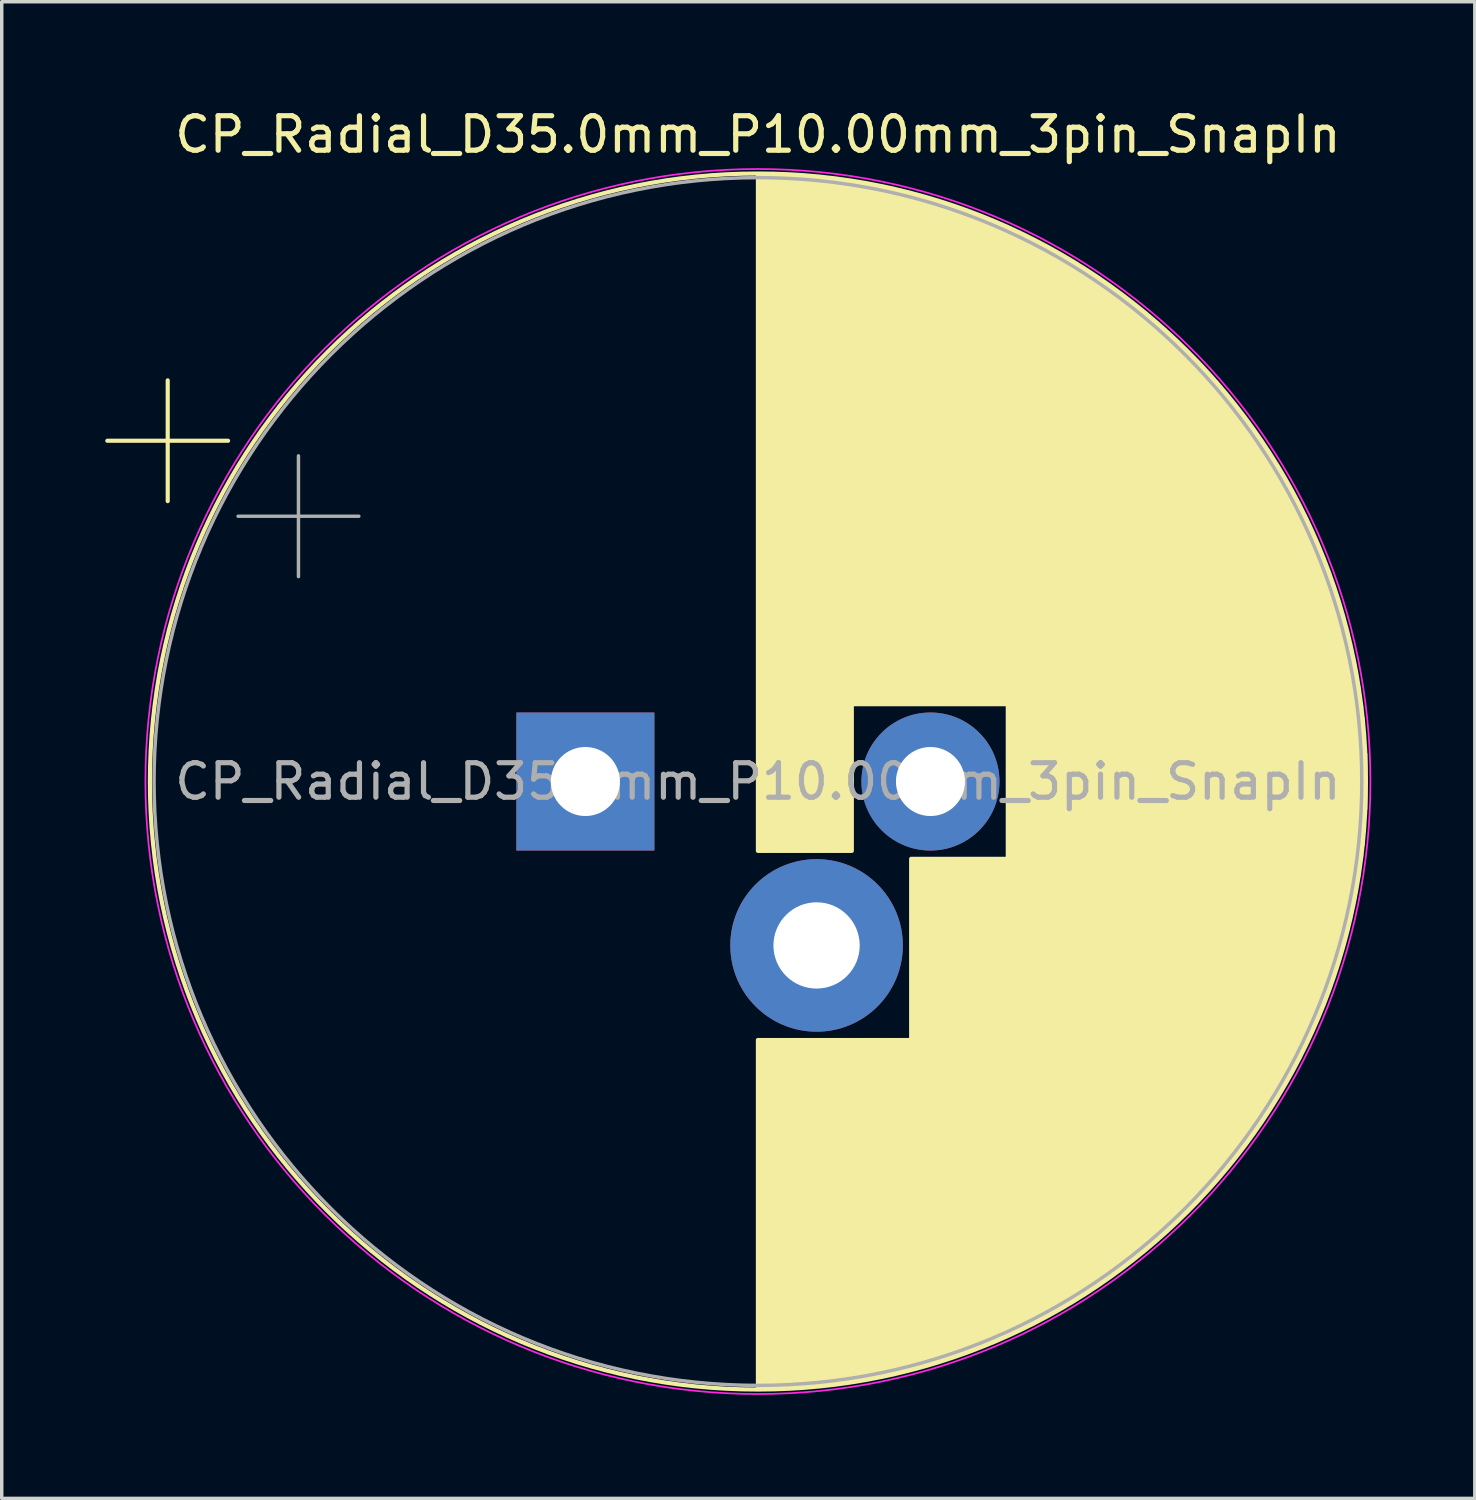
<source format=kicad_pcb>
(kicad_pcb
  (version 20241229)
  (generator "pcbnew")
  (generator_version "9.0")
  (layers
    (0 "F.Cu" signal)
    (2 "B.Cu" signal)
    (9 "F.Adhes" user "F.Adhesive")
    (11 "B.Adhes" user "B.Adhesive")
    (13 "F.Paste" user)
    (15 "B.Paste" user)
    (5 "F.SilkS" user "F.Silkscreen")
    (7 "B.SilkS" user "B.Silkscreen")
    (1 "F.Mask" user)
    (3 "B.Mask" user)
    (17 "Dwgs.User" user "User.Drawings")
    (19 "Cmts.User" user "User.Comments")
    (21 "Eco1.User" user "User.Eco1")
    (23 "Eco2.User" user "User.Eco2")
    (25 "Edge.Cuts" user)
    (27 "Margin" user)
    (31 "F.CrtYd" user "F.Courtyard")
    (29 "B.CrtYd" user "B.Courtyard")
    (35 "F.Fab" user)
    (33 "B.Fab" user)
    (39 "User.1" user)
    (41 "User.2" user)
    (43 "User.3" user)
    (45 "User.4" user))
  (footprint "CP_Radial_D35.0mm_P10.00mm_3pin_SnapIn"
    (layer "F.Cu")
    (at 13.914 19.598)
    (property "Reference" "CP_Radial_D35.0mm_P10.00mm_3pin_SnapIn" (at 5 -18.75 0) (layer "F.SilkS") (effects (font (size 1 1) (thickness 0.15))))
    (attr through_hole)
    (fp_line (start -13.854 -9.875) (end -10.354 -9.875) (stroke (width 0.12) (type solid)) (layer "F.SilkS"))
    (fp_line (start -12.104 -11.625) (end -12.104 -8.125) (stroke (width 0.12) (type solid)) (layer "F.SilkS"))
    (fp_line (start 5 -17.58) (end 5 2.01) (stroke (width 0.12) (type solid)) (layer "F.SilkS"))
    (fp_line (start 5 7.49) (end 5 17.58) (stroke (width 0.12) (type solid)) (layer "F.SilkS"))
    (fp_line (start 5.04 -17.58) (end 5.04 2.01) (stroke (width 0.12) (type solid)) (layer "F.SilkS"))
    (fp_line (start 5.04 7.49) (end 5.04 17.58) (stroke (width 0.12) (type solid)) (layer "F.SilkS"))
    (fp_line (start 5.08 -17.58) (end 5.08 2.01) (stroke (width 0.12) (type solid)) (layer "F.SilkS"))
    (fp_line (start 5.08 7.49) (end 5.08 17.58) (stroke (width 0.12) (type solid)) (layer "F.SilkS"))
    (fp_line (start 5.12 -17.58) (end 5.12 2.01) (stroke (width 0.12) (type solid)) (layer "F.SilkS"))
    (fp_line (start 5.12 7.49) (end 5.12 17.58) (stroke (width 0.12) (type solid)) (layer "F.SilkS"))
    (fp_line (start 5.16 -17.58) (end 5.16 2.01) (stroke (width 0.12) (type solid)) (layer "F.SilkS"))
    (fp_line (start 5.16 7.49) (end 5.16 17.58) (stroke (width 0.12) (type solid)) (layer "F.SilkS"))
    (fp_line (start 5.2 -17.579) (end 5.2 2.01) (stroke (width 0.12) (type solid)) (layer "F.SilkS"))
    (fp_line (start 5.2 7.49) (end 5.2 17.579) (stroke (width 0.12) (type solid)) (layer "F.SilkS"))
    (fp_line (start 5.24 -17.579) (end 5.24 2.01) (stroke (width 0.12) (type solid)) (layer "F.SilkS"))
    (fp_line (start 5.24 7.49) (end 5.24 17.579) (stroke (width 0.12) (type solid)) (layer "F.SilkS"))
    (fp_line (start 5.28 -17.578) (end 5.28 2.01) (stroke (width 0.12) (type solid)) (layer "F.SilkS"))
    (fp_line (start 5.28 7.49) (end 5.28 17.578) (stroke (width 0.12) (type solid)) (layer "F.SilkS"))
    (fp_line (start 5.32 -17.578) (end 5.32 2.01) (stroke (width 0.12) (type solid)) (layer "F.SilkS"))
    (fp_line (start 5.32 7.49) (end 5.32 17.578) (stroke (width 0.12) (type solid)) (layer "F.SilkS"))
    (fp_line (start 5.36 -17.577) (end 5.36 2.01) (stroke (width 0.12) (type solid)) (layer "F.SilkS"))
    (fp_line (start 5.36 7.49) (end 5.36 17.577) (stroke (width 0.12) (type solid)) (layer "F.SilkS"))
    (fp_line (start 5.4 -17.576) (end 5.4 2.01) (stroke (width 0.12) (type solid)) (layer "F.SilkS"))
    (fp_line (start 5.4 7.49) (end 5.4 17.576) (stroke (width 0.12) (type solid)) (layer "F.SilkS"))
    (fp_line (start 5.44 -17.575) (end 5.44 2.01) (stroke (width 0.12) (type solid)) (layer "F.SilkS"))
    (fp_line (start 5.44 7.49) (end 5.44 17.575) (stroke (width 0.12) (type solid)) (layer "F.SilkS"))
    (fp_line (start 5.48 -17.574) (end 5.48 2.01) (stroke (width 0.12) (type solid)) (layer "F.SilkS"))
    (fp_line (start 5.48 7.49) (end 5.48 17.574) (stroke (width 0.12) (type solid)) (layer "F.SilkS"))
    (fp_line (start 5.52 -17.573) (end 5.52 2.01) (stroke (width 0.12) (type solid)) (layer "F.SilkS"))
    (fp_line (start 5.52 7.49) (end 5.52 17.573) (stroke (width 0.12) (type solid)) (layer "F.SilkS"))
    (fp_line (start 5.56 -17.572) (end 5.56 2.01) (stroke (width 0.12) (type solid)) (layer "F.SilkS"))
    (fp_line (start 5.56 7.49) (end 5.56 17.572) (stroke (width 0.12) (type solid)) (layer "F.SilkS"))
    (fp_line (start 5.6 -17.57) (end 5.6 2.01) (stroke (width 0.12) (type solid)) (layer "F.SilkS"))
    (fp_line (start 5.6 7.49) (end 5.6 17.57) (stroke (width 0.12) (type solid)) (layer "F.SilkS"))
    (fp_line (start 5.64 -17.569) (end 5.64 2.01) (stroke (width 0.12) (type solid)) (layer "F.SilkS"))
    (fp_line (start 5.64 7.49) (end 5.64 17.569) (stroke (width 0.12) (type solid)) (layer "F.SilkS"))
    (fp_line (start 5.68 -17.567) (end 5.68 2.01) (stroke (width 0.12) (type solid)) (layer "F.SilkS"))
    (fp_line (start 5.68 7.49) (end 5.68 17.567) (stroke (width 0.12) (type solid)) (layer "F.SilkS"))
    (fp_line (start 5.721 -17.566) (end 5.721 2.01) (stroke (width 0.12) (type solid)) (layer "F.SilkS"))
    (fp_line (start 5.721 7.49) (end 5.721 17.566) (stroke (width 0.12) (type solid)) (layer "F.SilkS"))
    (fp_line (start 5.761 -17.564) (end 5.761 2.01) (stroke (width 0.12) (type solid)) (layer "F.SilkS"))
    (fp_line (start 5.761 7.49) (end 5.761 17.564) (stroke (width 0.12) (type solid)) (layer "F.SilkS"))
    (fp_line (start 5.801 -17.562) (end 5.801 2.01) (stroke (width 0.12) (type solid)) (layer "F.SilkS"))
    (fp_line (start 5.801 7.49) (end 5.801 17.562) (stroke (width 0.12) (type solid)) (layer "F.SilkS"))
    (fp_line (start 5.841 -17.56) (end 5.841 2.01) (stroke (width 0.12) (type solid)) (layer "F.SilkS"))
    (fp_line (start 5.841 7.49) (end 5.841 17.56) (stroke (width 0.12) (type solid)) (layer "F.SilkS"))
    (fp_line (start 5.881 -17.559) (end 5.881 2.01) (stroke (width 0.12) (type solid)) (layer "F.SilkS"))
    (fp_line (start 5.881 7.49) (end 5.881 17.559) (stroke (width 0.12) (type solid)) (layer "F.SilkS"))
    (fp_line (start 5.921 -17.556) (end 5.921 2.01) (stroke (width 0.12) (type solid)) (layer "F.SilkS"))
    (fp_line (start 5.921 7.49) (end 5.921 17.556) (stroke (width 0.12) (type solid)) (layer "F.SilkS"))
    (fp_line (start 5.961 -17.554) (end 5.961 2.01) (stroke (width 0.12) (type solid)) (layer "F.SilkS"))
    (fp_line (start 5.961 7.49) (end 5.961 17.554) (stroke (width 0.12) (type solid)) (layer "F.SilkS"))
    (fp_line (start 6.001 -17.552) (end 6.001 2.01) (stroke (width 0.12) (type solid)) (layer "F.SilkS"))
    (fp_line (start 6.001 7.49) (end 6.001 17.552) (stroke (width 0.12) (type solid)) (layer "F.SilkS"))
    (fp_line (start 6.041 -17.55) (end 6.041 2.01) (stroke (width 0.12) (type solid)) (layer "F.SilkS"))
    (fp_line (start 6.041 7.49) (end 6.041 17.55) (stroke (width 0.12) (type solid)) (layer "F.SilkS"))
    (fp_line (start 6.081 -17.547) (end 6.081 2.01) (stroke (width 0.12) (type solid)) (layer "F.SilkS"))
    (fp_line (start 6.081 7.49) (end 6.081 17.547) (stroke (width 0.12) (type solid)) (layer "F.SilkS"))
    (fp_line (start 6.121 -17.545) (end 6.121 2.01) (stroke (width 0.12) (type solid)) (layer "F.SilkS"))
    (fp_line (start 6.121 7.49) (end 6.121 17.545) (stroke (width 0.12) (type solid)) (layer "F.SilkS"))
    (fp_line (start 6.161 -17.542) (end 6.161 2.01) (stroke (width 0.12) (type solid)) (layer "F.SilkS"))
    (fp_line (start 6.161 7.49) (end 6.161 17.542) (stroke (width 0.12) (type solid)) (layer "F.SilkS"))
    (fp_line (start 6.201 -17.54) (end 6.201 2.01) (stroke (width 0.12) (type solid)) (layer "F.SilkS"))
    (fp_line (start 6.201 7.49) (end 6.201 17.54) (stroke (width 0.12) (type solid)) (layer "F.SilkS"))
    (fp_line (start 6.241 -17.537) (end 6.241 2.01) (stroke (width 0.12) (type solid)) (layer "F.SilkS"))
    (fp_line (start 6.241 7.49) (end 6.241 17.537) (stroke (width 0.12) (type solid)) (layer "F.SilkS"))
    (fp_line (start 6.281 -17.534) (end 6.281 2.01) (stroke (width 0.12) (type solid)) (layer "F.SilkS"))
    (fp_line (start 6.281 7.49) (end 6.281 17.534) (stroke (width 0.12) (type solid)) (layer "F.SilkS"))
    (fp_line (start 6.321 -17.531) (end 6.321 2.01) (stroke (width 0.12) (type solid)) (layer "F.SilkS"))
    (fp_line (start 6.321 7.49) (end 6.321 17.531) (stroke (width 0.12) (type solid)) (layer "F.SilkS"))
    (fp_line (start 6.361 -17.528) (end 6.361 2.01) (stroke (width 0.12) (type solid)) (layer "F.SilkS"))
    (fp_line (start 6.361 7.49) (end 6.361 17.528) (stroke (width 0.12) (type solid)) (layer "F.SilkS"))
    (fp_line (start 6.401 -17.525) (end 6.401 2.01) (stroke (width 0.12) (type solid)) (layer "F.SilkS"))
    (fp_line (start 6.401 7.49) (end 6.401 17.525) (stroke (width 0.12) (type solid)) (layer "F.SilkS"))
    (fp_line (start 6.441 -17.522) (end 6.441 2.01) (stroke (width 0.12) (type solid)) (layer "F.SilkS"))
    (fp_line (start 6.441 7.49) (end 6.441 17.522) (stroke (width 0.12) (type solid)) (layer "F.SilkS"))
    (fp_line (start 6.481 -17.518) (end 6.481 2.01) (stroke (width 0.12) (type solid)) (layer "F.SilkS"))
    (fp_line (start 6.481 7.49) (end 6.481 17.518) (stroke (width 0.12) (type solid)) (layer "F.SilkS"))
    (fp_line (start 6.521 -17.515) (end 6.521 2.01) (stroke (width 0.12) (type solid)) (layer "F.SilkS"))
    (fp_line (start 6.521 7.49) (end 6.521 17.515) (stroke (width 0.12) (type solid)) (layer "F.SilkS"))
    (fp_line (start 6.561 -17.511) (end 6.561 2.01) (stroke (width 0.12) (type solid)) (layer "F.SilkS"))
    (fp_line (start 6.561 7.49) (end 6.561 17.511) (stroke (width 0.12) (type solid)) (layer "F.SilkS"))
    (fp_line (start 6.601 -17.508) (end 6.601 2.01) (stroke (width 0.12) (type solid)) (layer "F.SilkS"))
    (fp_line (start 6.601 7.49) (end 6.601 17.508) (stroke (width 0.12) (type solid)) (layer "F.SilkS"))
    (fp_line (start 6.641 -17.504) (end 6.641 2.01) (stroke (width 0.12) (type solid)) (layer "F.SilkS"))
    (fp_line (start 6.641 7.49) (end 6.641 17.504) (stroke (width 0.12) (type solid)) (layer "F.SilkS"))
    (fp_line (start 6.681 -17.5) (end 6.681 2.01) (stroke (width 0.12) (type solid)) (layer "F.SilkS"))
    (fp_line (start 6.681 7.49) (end 6.681 17.5) (stroke (width 0.12) (type solid)) (layer "F.SilkS"))
    (fp_line (start 6.721 -17.496) (end 6.721 2.01) (stroke (width 0.12) (type solid)) (layer "F.SilkS"))
    (fp_line (start 6.721 7.49) (end 6.721 17.496) (stroke (width 0.12) (type solid)) (layer "F.SilkS"))
    (fp_line (start 6.761 -17.492) (end 6.761 2.01) (stroke (width 0.12) (type solid)) (layer "F.SilkS"))
    (fp_line (start 6.761 7.49) (end 6.761 17.492) (stroke (width 0.12) (type solid)) (layer "F.SilkS"))
    (fp_line (start 6.801 -17.488) (end 6.801 2.01) (stroke (width 0.12) (type solid)) (layer "F.SilkS"))
    (fp_line (start 6.801 7.49) (end 6.801 17.488) (stroke (width 0.12) (type solid)) (layer "F.SilkS"))
    (fp_line (start 6.841 -17.484) (end 6.841 2.01) (stroke (width 0.12) (type solid)) (layer "F.SilkS"))
    (fp_line (start 6.841 7.49) (end 6.841 17.484) (stroke (width 0.12) (type solid)) (layer "F.SilkS"))
    (fp_line (start 6.881 -17.48) (end 6.881 2.01) (stroke (width 0.12) (type solid)) (layer "F.SilkS"))
    (fp_line (start 6.881 7.49) (end 6.881 17.48) (stroke (width 0.12) (type solid)) (layer "F.SilkS"))
    (fp_line (start 6.921 -17.476) (end 6.921 2.01) (stroke (width 0.12) (type solid)) (layer "F.SilkS"))
    (fp_line (start 6.921 7.49) (end 6.921 17.476) (stroke (width 0.12) (type solid)) (layer "F.SilkS"))
    (fp_line (start 6.961 -17.471) (end 6.961 2.01) (stroke (width 0.12) (type solid)) (layer "F.SilkS"))
    (fp_line (start 6.961 7.49) (end 6.961 17.471) (stroke (width 0.12) (type solid)) (layer "F.SilkS"))
    (fp_line (start 7.001 -17.467) (end 7.001 2.01) (stroke (width 0.12) (type solid)) (layer "F.SilkS"))
    (fp_line (start 7.001 7.49) (end 7.001 17.467) (stroke (width 0.12) (type solid)) (layer "F.SilkS"))
    (fp_line (start 7.041 -17.462) (end 7.041 2.01) (stroke (width 0.12) (type solid)) (layer "F.SilkS"))
    (fp_line (start 7.041 7.49) (end 7.041 17.462) (stroke (width 0.12) (type solid)) (layer "F.SilkS"))
    (fp_line (start 7.081 -17.457) (end 7.081 2.01) (stroke (width 0.12) (type solid)) (layer "F.SilkS"))
    (fp_line (start 7.081 7.49) (end 7.081 17.457) (stroke (width 0.12) (type solid)) (layer "F.SilkS"))
    (fp_line (start 7.121 -17.452) (end 7.121 2.01) (stroke (width 0.12) (type solid)) (layer "F.SilkS"))
    (fp_line (start 7.121 7.49) (end 7.121 17.452) (stroke (width 0.12) (type solid)) (layer "F.SilkS"))
    (fp_line (start 7.161 -17.448) (end 7.161 2.01) (stroke (width 0.12) (type solid)) (layer "F.SilkS"))
    (fp_line (start 7.161 7.49) (end 7.161 17.448) (stroke (width 0.12) (type solid)) (layer "F.SilkS"))
    (fp_line (start 7.201 -17.443) (end 7.201 2.01) (stroke (width 0.12) (type solid)) (layer "F.SilkS"))
    (fp_line (start 7.201 7.49) (end 7.201 17.443) (stroke (width 0.12) (type solid)) (layer "F.SilkS"))
    (fp_line (start 7.241 -17.438) (end 7.241 2.01) (stroke (width 0.12) (type solid)) (layer "F.SilkS"))
    (fp_line (start 7.241 7.49) (end 7.241 17.438) (stroke (width 0.12) (type solid)) (layer "F.SilkS"))
    (fp_line (start 7.281 -17.432) (end 7.281 2.01) (stroke (width 0.12) (type solid)) (layer "F.SilkS"))
    (fp_line (start 7.281 7.49) (end 7.281 17.432) (stroke (width 0.12) (type solid)) (layer "F.SilkS"))
    (fp_line (start 7.321 -17.427) (end 7.321 2.01) (stroke (width 0.12) (type solid)) (layer "F.SilkS"))
    (fp_line (start 7.321 7.49) (end 7.321 17.427) (stroke (width 0.12) (type solid)) (layer "F.SilkS"))
    (fp_line (start 7.361 -17.422) (end 7.361 2.01) (stroke (width 0.12) (type solid)) (layer "F.SilkS"))
    (fp_line (start 7.361 7.49) (end 7.361 17.422) (stroke (width 0.12) (type solid)) (layer "F.SilkS"))
    (fp_line (start 7.401 -17.416) (end 7.401 2.01) (stroke (width 0.12) (type solid)) (layer "F.SilkS"))
    (fp_line (start 7.401 7.49) (end 7.401 17.416) (stroke (width 0.12) (type solid)) (layer "F.SilkS"))
    (fp_line (start 7.441 -17.411) (end 7.441 2.01) (stroke (width 0.12) (type solid)) (layer "F.SilkS"))
    (fp_line (start 7.441 7.49) (end 7.441 17.411) (stroke (width 0.12) (type solid)) (layer "F.SilkS"))
    (fp_line (start 7.481 -17.405) (end 7.481 2.01) (stroke (width 0.12) (type solid)) (layer "F.SilkS"))
    (fp_line (start 7.481 7.49) (end 7.481 17.405) (stroke (width 0.12) (type solid)) (layer "F.SilkS"))
    (fp_line (start 7.521 -17.399) (end 7.521 2.01) (stroke (width 0.12) (type solid)) (layer "F.SilkS"))
    (fp_line (start 7.521 7.49) (end 7.521 17.399) (stroke (width 0.12) (type solid)) (layer "F.SilkS"))
    (fp_line (start 7.561 -17.394) (end 7.561 2.01) (stroke (width 0.12) (type solid)) (layer "F.SilkS"))
    (fp_line (start 7.561 7.49) (end 7.561 17.394) (stroke (width 0.12) (type solid)) (layer "F.SilkS"))
    (fp_line (start 7.601 -17.388) (end 7.601 2.01) (stroke (width 0.12) (type solid)) (layer "F.SilkS"))
    (fp_line (start 7.601 7.49) (end 7.601 17.388) (stroke (width 0.12) (type solid)) (layer "F.SilkS"))
    (fp_line (start 7.641 -17.382) (end 7.641 2.01) (stroke (width 0.12) (type solid)) (layer "F.SilkS"))
    (fp_line (start 7.641 7.49) (end 7.641 17.382) (stroke (width 0.12) (type solid)) (layer "F.SilkS"))
    (fp_line (start 7.681 -17.375) (end 7.681 2.01) (stroke (width 0.12) (type solid)) (layer "F.SilkS"))
    (fp_line (start 7.681 7.49) (end 7.681 17.375) (stroke (width 0.12) (type solid)) (layer "F.SilkS"))
    (fp_line (start 7.721 -17.369) (end 7.721 2.01) (stroke (width 0.12) (type solid)) (layer "F.SilkS"))
    (fp_line (start 7.721 7.49) (end 7.721 17.369) (stroke (width 0.12) (type solid)) (layer "F.SilkS"))
    (fp_line (start 7.761 -17.363) (end 7.761 -2.24) (stroke (width 0.12) (type solid)) (layer "F.SilkS"))
    (fp_line (start 7.761 7.49) (end 7.761 17.363) (stroke (width 0.12) (type solid)) (layer "F.SilkS"))
    (fp_line (start 7.801 -17.357) (end 7.801 -2.24) (stroke (width 0.12) (type solid)) (layer "F.SilkS"))
    (fp_line (start 7.801 7.49) (end 7.801 17.357) (stroke (width 0.12) (type solid)) (layer "F.SilkS"))
    (fp_line (start 7.841 -17.35) (end 7.841 -2.24) (stroke (width 0.12) (type solid)) (layer "F.SilkS"))
    (fp_line (start 7.841 7.49) (end 7.841 17.35) (stroke (width 0.12) (type solid)) (layer "F.SilkS"))
    (fp_line (start 7.881 -17.344) (end 7.881 -2.24) (stroke (width 0.12) (type solid)) (layer "F.SilkS"))
    (fp_line (start 7.881 7.49) (end 7.881 17.344) (stroke (width 0.12) (type solid)) (layer "F.SilkS"))
    (fp_line (start 7.921 -17.337) (end 7.921 -2.24) (stroke (width 0.12) (type solid)) (layer "F.SilkS"))
    (fp_line (start 7.921 7.49) (end 7.921 17.337) (stroke (width 0.12) (type solid)) (layer "F.SilkS"))
    (fp_line (start 7.961 -17.33) (end 7.961 -2.24) (stroke (width 0.12) (type solid)) (layer "F.SilkS"))
    (fp_line (start 7.961 7.49) (end 7.961 17.33) (stroke (width 0.12) (type solid)) (layer "F.SilkS"))
    (fp_line (start 8.001 -17.323) (end 8.001 -2.24) (stroke (width 0.12) (type solid)) (layer "F.SilkS"))
    (fp_line (start 8.001 7.49) (end 8.001 17.323) (stroke (width 0.12) (type solid)) (layer "F.SilkS"))
    (fp_line (start 8.041 -17.316) (end 8.041 -2.24) (stroke (width 0.12) (type solid)) (layer "F.SilkS"))
    (fp_line (start 8.041 7.49) (end 8.041 17.316) (stroke (width 0.12) (type solid)) (layer "F.SilkS"))
    (fp_line (start 8.081 -17.309) (end 8.081 -2.24) (stroke (width 0.12) (type solid)) (layer "F.SilkS"))
    (fp_line (start 8.081 7.49) (end 8.081 17.309) (stroke (width 0.12) (type solid)) (layer "F.SilkS"))
    (fp_line (start 8.121 -17.302) (end 8.121 -2.24) (stroke (width 0.12) (type solid)) (layer "F.SilkS"))
    (fp_line (start 8.121 7.49) (end 8.121 17.302) (stroke (width 0.12) (type solid)) (layer "F.SilkS"))
    (fp_line (start 8.161 -17.295) (end 8.161 -2.24) (stroke (width 0.12) (type solid)) (layer "F.SilkS"))
    (fp_line (start 8.161 7.49) (end 8.161 17.295) (stroke (width 0.12) (type solid)) (layer "F.SilkS"))
    (fp_line (start 8.201 -17.287) (end 8.201 -2.24) (stroke (width 0.12) (type solid)) (layer "F.SilkS"))
    (fp_line (start 8.201 7.49) (end 8.201 17.287) (stroke (width 0.12) (type solid)) (layer "F.SilkS"))
    (fp_line (start 8.241 -17.28) (end 8.241 -2.24) (stroke (width 0.12) (type solid)) (layer "F.SilkS"))
    (fp_line (start 8.241 7.49) (end 8.241 17.28) (stroke (width 0.12) (type solid)) (layer "F.SilkS"))
    (fp_line (start 8.281 -17.273) (end 8.281 -2.24) (stroke (width 0.12) (type solid)) (layer "F.SilkS"))
    (fp_line (start 8.281 7.49) (end 8.281 17.273) (stroke (width 0.12) (type solid)) (layer "F.SilkS"))
    (fp_line (start 8.321 -17.265) (end 8.321 -2.24) (stroke (width 0.12) (type solid)) (layer "F.SilkS"))
    (fp_line (start 8.321 7.49) (end 8.321 17.265) (stroke (width 0.12) (type solid)) (layer "F.SilkS"))
    (fp_line (start 8.361 -17.257) (end 8.361 -2.24) (stroke (width 0.12) (type solid)) (layer "F.SilkS"))
    (fp_line (start 8.361 7.49) (end 8.361 17.257) (stroke (width 0.12) (type solid)) (layer "F.SilkS"))
    (fp_line (start 8.401 -17.249) (end 8.401 -2.24) (stroke (width 0.12) (type solid)) (layer "F.SilkS"))
    (fp_line (start 8.401 7.49) (end 8.401 17.249) (stroke (width 0.12) (type solid)) (layer "F.SilkS"))
    (fp_line (start 8.441 -17.241) (end 8.441 -2.24) (stroke (width 0.12) (type solid)) (layer "F.SilkS"))
    (fp_line (start 8.441 7.49) (end 8.441 17.241) (stroke (width 0.12) (type solid)) (layer "F.SilkS"))
    (fp_line (start 8.481 -17.233) (end 8.481 -2.24) (stroke (width 0.12) (type solid)) (layer "F.SilkS"))
    (fp_line (start 8.481 7.49) (end 8.481 17.233) (stroke (width 0.12) (type solid)) (layer "F.SilkS"))
    (fp_line (start 8.521 -17.225) (end 8.521 -2.24) (stroke (width 0.12) (type solid)) (layer "F.SilkS"))
    (fp_line (start 8.521 7.49) (end 8.521 17.225) (stroke (width 0.12) (type solid)) (layer "F.SilkS"))
    (fp_line (start 8.561 -17.217) (end 8.561 -2.24) (stroke (width 0.12) (type solid)) (layer "F.SilkS"))
    (fp_line (start 8.561 7.49) (end 8.561 17.217) (stroke (width 0.12) (type solid)) (layer "F.SilkS"))
    (fp_line (start 8.601 -17.209) (end 8.601 -2.24) (stroke (width 0.12) (type solid)) (layer "F.SilkS"))
    (fp_line (start 8.601 7.49) (end 8.601 17.209) (stroke (width 0.12) (type solid)) (layer "F.SilkS"))
    (fp_line (start 8.641 -17.2) (end 8.641 -2.24) (stroke (width 0.12) (type solid)) (layer "F.SilkS"))
    (fp_line (start 8.641 7.49) (end 8.641 17.2) (stroke (width 0.12) (type solid)) (layer "F.SilkS"))
    (fp_line (start 8.681 -17.192) (end 8.681 -2.24) (stroke (width 0.12) (type solid)) (layer "F.SilkS"))
    (fp_line (start 8.681 7.49) (end 8.681 17.192) (stroke (width 0.12) (type solid)) (layer "F.SilkS"))
    (fp_line (start 8.721 -17.183) (end 8.721 -2.24) (stroke (width 0.12) (type solid)) (layer "F.SilkS"))
    (fp_line (start 8.721 7.49) (end 8.721 17.183) (stroke (width 0.12) (type solid)) (layer "F.SilkS"))
    (fp_line (start 8.761 -17.175) (end 8.761 -2.24) (stroke (width 0.12) (type solid)) (layer "F.SilkS"))
    (fp_line (start 8.761 7.49) (end 8.761 17.175) (stroke (width 0.12) (type solid)) (layer "F.SilkS"))
    (fp_line (start 8.801 -17.166) (end 8.801 -2.24) (stroke (width 0.12) (type solid)) (layer "F.SilkS"))
    (fp_line (start 8.801 7.49) (end 8.801 17.166) (stroke (width 0.12) (type solid)) (layer "F.SilkS"))
    (fp_line (start 8.841 -17.157) (end 8.841 -2.24) (stroke (width 0.12) (type solid)) (layer "F.SilkS"))
    (fp_line (start 8.841 7.49) (end 8.841 17.157) (stroke (width 0.12) (type solid)) (layer "F.SilkS"))
    (fp_line (start 8.881 -17.148) (end 8.881 -2.24) (stroke (width 0.12) (type solid)) (layer "F.SilkS"))
    (fp_line (start 8.881 7.49) (end 8.881 17.148) (stroke (width 0.12) (type solid)) (layer "F.SilkS"))
    (fp_line (start 8.921 -17.139) (end 8.921 -2.24) (stroke (width 0.12) (type solid)) (layer "F.SilkS"))
    (fp_line (start 8.921 7.49) (end 8.921 17.139) (stroke (width 0.12) (type solid)) (layer "F.SilkS"))
    (fp_line (start 8.961 -17.13) (end 8.961 -2.24) (stroke (width 0.12) (type solid)) (layer "F.SilkS"))
    (fp_line (start 8.961 7.49) (end 8.961 17.13) (stroke (width 0.12) (type solid)) (layer "F.SilkS"))
    (fp_line (start 9.001 -17.12) (end 9.001 -2.24) (stroke (width 0.12) (type solid)) (layer "F.SilkS"))
    (fp_line (start 9.001 7.49) (end 9.001 17.12) (stroke (width 0.12) (type solid)) (layer "F.SilkS"))
    (fp_line (start 9.041 -17.111) (end 9.041 -2.24) (stroke (width 0.12) (type solid)) (layer "F.SilkS"))
    (fp_line (start 9.041 7.49) (end 9.041 17.111) (stroke (width 0.12) (type solid)) (layer "F.SilkS"))
    (fp_line (start 9.081 -17.102) (end 9.081 -2.24) (stroke (width 0.12) (type solid)) (layer "F.SilkS"))
    (fp_line (start 9.081 7.49) (end 9.081 17.102) (stroke (width 0.12) (type solid)) (layer "F.SilkS"))
    (fp_line (start 9.121 -17.092) (end 9.121 -2.24) (stroke (width 0.12) (type solid)) (layer "F.SilkS"))
    (fp_line (start 9.121 7.49) (end 9.121 17.092) (stroke (width 0.12) (type solid)) (layer "F.SilkS"))
    (fp_line (start 9.161 -17.082) (end 9.161 -2.24) (stroke (width 0.12) (type solid)) (layer "F.SilkS"))
    (fp_line (start 9.161 7.49) (end 9.161 17.082) (stroke (width 0.12) (type solid)) (layer "F.SilkS"))
    (fp_line (start 9.201 -17.073) (end 9.201 -2.24) (stroke (width 0.12) (type solid)) (layer "F.SilkS"))
    (fp_line (start 9.201 7.49) (end 9.201 17.073) (stroke (width 0.12) (type solid)) (layer "F.SilkS"))
    (fp_line (start 9.241 -17.063) (end 9.241 -2.24) (stroke (width 0.12) (type solid)) (layer "F.SilkS"))
    (fp_line (start 9.241 7.49) (end 9.241 17.063) (stroke (width 0.12) (type solid)) (layer "F.SilkS"))
    (fp_line (start 9.281 -17.053) (end 9.281 -2.24) (stroke (width 0.12) (type solid)) (layer "F.SilkS"))
    (fp_line (start 9.281 7.49) (end 9.281 17.053) (stroke (width 0.12) (type solid)) (layer "F.SilkS"))
    (fp_line (start 9.321 -17.043) (end 9.321 -2.24) (stroke (width 0.12) (type solid)) (layer "F.SilkS"))
    (fp_line (start 9.321 7.49) (end 9.321 17.043) (stroke (width 0.12) (type solid)) (layer "F.SilkS"))
    (fp_line (start 9.361 -17.033) (end 9.361 -2.24) (stroke (width 0.12) (type solid)) (layer "F.SilkS"))
    (fp_line (start 9.361 7.49) (end 9.361 17.033) (stroke (width 0.12) (type solid)) (layer "F.SilkS"))
    (fp_line (start 9.401 -17.022) (end 9.401 -2.24) (stroke (width 0.12) (type solid)) (layer "F.SilkS"))
    (fp_line (start 9.401 7.49) (end 9.401 17.022) (stroke (width 0.12) (type solid)) (layer "F.SilkS"))
    (fp_line (start 9.441 -17.012) (end 9.441 -2.24) (stroke (width 0.12) (type solid)) (layer "F.SilkS"))
    (fp_line (start 9.441 2.24) (end 9.441 17.012) (stroke (width 0.12) (type solid)) (layer "F.SilkS"))
    (fp_line (start 9.481 -17.001) (end 9.481 -2.24) (stroke (width 0.12) (type solid)) (layer "F.SilkS"))
    (fp_line (start 9.481 2.24) (end 9.481 17.001) (stroke (width 0.12) (type solid)) (layer "F.SilkS"))
    (fp_line (start 9.521 -16.991) (end 9.521 -2.24) (stroke (width 0.12) (type solid)) (layer "F.SilkS"))
    (fp_line (start 9.521 2.24) (end 9.521 16.991) (stroke (width 0.12) (type solid)) (layer "F.SilkS"))
    (fp_line (start 9.561 -16.98) (end 9.561 -2.24) (stroke (width 0.12) (type solid)) (layer "F.SilkS"))
    (fp_line (start 9.561 2.24) (end 9.561 16.98) (stroke (width 0.12) (type solid)) (layer "F.SilkS"))
    (fp_line (start 9.601 -16.969) (end 9.601 -2.24) (stroke (width 0.12) (type solid)) (layer "F.SilkS"))
    (fp_line (start 9.601 2.24) (end 9.601 16.969) (stroke (width 0.12) (type solid)) (layer "F.SilkS"))
    (fp_line (start 9.641 -16.959) (end 9.641 -2.24) (stroke (width 0.12) (type solid)) (layer "F.SilkS"))
    (fp_line (start 9.641 2.24) (end 9.641 16.959) (stroke (width 0.12) (type solid)) (layer "F.SilkS"))
    (fp_line (start 9.681 -16.948) (end 9.681 -2.24) (stroke (width 0.12) (type solid)) (layer "F.SilkS"))
    (fp_line (start 9.681 2.24) (end 9.681 16.948) (stroke (width 0.12) (type solid)) (layer "F.SilkS"))
    (fp_line (start 9.721 -16.937) (end 9.721 -2.24) (stroke (width 0.12) (type solid)) (layer "F.SilkS"))
    (fp_line (start 9.721 2.24) (end 9.721 16.937) (stroke (width 0.12) (type solid)) (layer "F.SilkS"))
    (fp_line (start 9.761 -16.925) (end 9.761 -2.24) (stroke (width 0.12) (type solid)) (layer "F.SilkS"))
    (fp_line (start 9.761 2.24) (end 9.761 16.925) (stroke (width 0.12) (type solid)) (layer "F.SilkS"))
    (fp_line (start 9.801 -16.914) (end 9.801 -2.24) (stroke (width 0.12) (type solid)) (layer "F.SilkS"))
    (fp_line (start 9.801 2.24) (end 9.801 16.914) (stroke (width 0.12) (type solid)) (layer "F.SilkS"))
    (fp_line (start 9.841 -16.903) (end 9.841 -2.24) (stroke (width 0.12) (type solid)) (layer "F.SilkS"))
    (fp_line (start 9.841 2.24) (end 9.841 16.903) (stroke (width 0.12) (type solid)) (layer "F.SilkS"))
    (fp_line (start 9.881 -16.891) (end 9.881 -2.24) (stroke (width 0.12) (type solid)) (layer "F.SilkS"))
    (fp_line (start 9.881 2.24) (end 9.881 16.891) (stroke (width 0.12) (type solid)) (layer "F.SilkS"))
    (fp_line (start 9.921 -16.88) (end 9.921 -2.24) (stroke (width 0.12) (type solid)) (layer "F.SilkS"))
    (fp_line (start 9.921 2.24) (end 9.921 16.88) (stroke (width 0.12) (type solid)) (layer "F.SilkS"))
    (fp_line (start 9.961 -16.868) (end 9.961 -2.24) (stroke (width 0.12) (type solid)) (layer "F.SilkS"))
    (fp_line (start 9.961 2.24) (end 9.961 16.868) (stroke (width 0.12) (type solid)) (layer "F.SilkS"))
    (fp_line (start 10.001 -16.856) (end 10.001 -2.24) (stroke (width 0.12) (type solid)) (layer "F.SilkS"))
    (fp_line (start 10.001 2.24) (end 10.001 16.856) (stroke (width 0.12) (type solid)) (layer "F.SilkS"))
    (fp_line (start 10.041 -16.844) (end 10.041 -2.24) (stroke (width 0.12) (type solid)) (layer "F.SilkS"))
    (fp_line (start 10.041 2.24) (end 10.041 16.844) (stroke (width 0.12) (type solid)) (layer "F.SilkS"))
    (fp_line (start 10.081 -16.832) (end 10.081 -2.24) (stroke (width 0.12) (type solid)) (layer "F.SilkS"))
    (fp_line (start 10.081 2.24) (end 10.081 16.832) (stroke (width 0.12) (type solid)) (layer "F.SilkS"))
    (fp_line (start 10.121 -16.82) (end 10.121 -2.24) (stroke (width 0.12) (type solid)) (layer "F.SilkS"))
    (fp_line (start 10.121 2.24) (end 10.121 16.82) (stroke (width 0.12) (type solid)) (layer "F.SilkS"))
    (fp_line (start 10.161 -16.808) (end 10.161 -2.24) (stroke (width 0.12) (type solid)) (layer "F.SilkS"))
    (fp_line (start 10.161 2.24) (end 10.161 16.808) (stroke (width 0.12) (type solid)) (layer "F.SilkS"))
    (fp_line (start 10.201 -16.796) (end 10.201 -2.24) (stroke (width 0.12) (type solid)) (layer "F.SilkS"))
    (fp_line (start 10.201 2.24) (end 10.201 16.796) (stroke (width 0.12) (type solid)) (layer "F.SilkS"))
    (fp_line (start 10.241 -16.783) (end 10.241 -2.24) (stroke (width 0.12) (type solid)) (layer "F.SilkS"))
    (fp_line (start 10.241 2.24) (end 10.241 16.783) (stroke (width 0.12) (type solid)) (layer "F.SilkS"))
    (fp_line (start 10.281 -16.771) (end 10.281 -2.24) (stroke (width 0.12) (type solid)) (layer "F.SilkS"))
    (fp_line (start 10.281 2.24) (end 10.281 16.771) (stroke (width 0.12) (type solid)) (layer "F.SilkS"))
    (fp_line (start 10.321 -16.758) (end 10.321 -2.24) (stroke (width 0.12) (type solid)) (layer "F.SilkS"))
    (fp_line (start 10.321 2.24) (end 10.321 16.758) (stroke (width 0.12) (type solid)) (layer "F.SilkS"))
    (fp_line (start 10.361 -16.745) (end 10.361 -2.24) (stroke (width 0.12) (type solid)) (layer "F.SilkS"))
    (fp_line (start 10.361 2.24) (end 10.361 16.745) (stroke (width 0.12) (type solid)) (layer "F.SilkS"))
    (fp_line (start 10.401 -16.733) (end 10.401 -2.24) (stroke (width 0.12) (type solid)) (layer "F.SilkS"))
    (fp_line (start 10.401 2.24) (end 10.401 16.733) (stroke (width 0.12) (type solid)) (layer "F.SilkS"))
    (fp_line (start 10.441 -16.72) (end 10.441 -2.24) (stroke (width 0.12) (type solid)) (layer "F.SilkS"))
    (fp_line (start 10.441 2.24) (end 10.441 16.72) (stroke (width 0.12) (type solid)) (layer "F.SilkS"))
    (fp_line (start 10.481 -16.707) (end 10.481 -2.24) (stroke (width 0.12) (type solid)) (layer "F.SilkS"))
    (fp_line (start 10.481 2.24) (end 10.481 16.707) (stroke (width 0.12) (type solid)) (layer "F.SilkS"))
    (fp_line (start 10.521 -16.694) (end 10.521 -2.24) (stroke (width 0.12) (type solid)) (layer "F.SilkS"))
    (fp_line (start 10.521 2.24) (end 10.521 16.694) (stroke (width 0.12) (type solid)) (layer "F.SilkS"))
    (fp_line (start 10.561 -16.68) (end 10.561 -2.24) (stroke (width 0.12) (type solid)) (layer "F.SilkS"))
    (fp_line (start 10.561 2.24) (end 10.561 16.68) (stroke (width 0.12) (type solid)) (layer "F.SilkS"))
    (fp_line (start 10.601 -16.667) (end 10.601 -2.24) (stroke (width 0.12) (type solid)) (layer "F.SilkS"))
    (fp_line (start 10.601 2.24) (end 10.601 16.667) (stroke (width 0.12) (type solid)) (layer "F.SilkS"))
    (fp_line (start 10.641 -16.653) (end 10.641 -2.24) (stroke (width 0.12) (type solid)) (layer "F.SilkS"))
    (fp_line (start 10.641 2.24) (end 10.641 16.653) (stroke (width 0.12) (type solid)) (layer "F.SilkS"))
    (fp_line (start 10.681 -16.64) (end 10.681 -2.24) (stroke (width 0.12) (type solid)) (layer "F.SilkS"))
    (fp_line (start 10.681 2.24) (end 10.681 16.64) (stroke (width 0.12) (type solid)) (layer "F.SilkS"))
    (fp_line (start 10.721 -16.626) (end 10.721 -2.24) (stroke (width 0.12) (type solid)) (layer "F.SilkS"))
    (fp_line (start 10.721 2.24) (end 10.721 16.626) (stroke (width 0.12) (type solid)) (layer "F.SilkS"))
    (fp_line (start 10.761 -16.612) (end 10.761 -2.24) (stroke (width 0.12) (type solid)) (layer "F.SilkS"))
    (fp_line (start 10.761 2.24) (end 10.761 16.612) (stroke (width 0.12) (type solid)) (layer "F.SilkS"))
    (fp_line (start 10.801 -16.599) (end 10.801 -2.24) (stroke (width 0.12) (type solid)) (layer "F.SilkS"))
    (fp_line (start 10.801 2.24) (end 10.801 16.599) (stroke (width 0.12) (type solid)) (layer "F.SilkS"))
    (fp_line (start 10.841 -16.585) (end 10.841 -2.24) (stroke (width 0.12) (type solid)) (layer "F.SilkS"))
    (fp_line (start 10.841 2.24) (end 10.841 16.585) (stroke (width 0.12) (type solid)) (layer "F.SilkS"))
    (fp_line (start 10.881 -16.57) (end 10.881 -2.24) (stroke (width 0.12) (type solid)) (layer "F.SilkS"))
    (fp_line (start 10.881 2.24) (end 10.881 16.57) (stroke (width 0.12) (type solid)) (layer "F.SilkS"))
    (fp_line (start 10.921 -16.556) (end 10.921 -2.24) (stroke (width 0.12) (type solid)) (layer "F.SilkS"))
    (fp_line (start 10.921 2.24) (end 10.921 16.556) (stroke (width 0.12) (type solid)) (layer "F.SilkS"))
    (fp_line (start 10.961 -16.542) (end 10.961 -2.24) (stroke (width 0.12) (type solid)) (layer "F.SilkS"))
    (fp_line (start 10.961 2.24) (end 10.961 16.542) (stroke (width 0.12) (type solid)) (layer "F.SilkS"))
    (fp_line (start 11.001 -16.527) (end 11.001 -2.24) (stroke (width 0.12) (type solid)) (layer "F.SilkS"))
    (fp_line (start 11.001 2.24) (end 11.001 16.527) (stroke (width 0.12) (type solid)) (layer "F.SilkS"))
    (fp_line (start 11.041 -16.513) (end 11.041 -2.24) (stroke (width 0.12) (type solid)) (layer "F.SilkS"))
    (fp_line (start 11.041 2.24) (end 11.041 16.513) (stroke (width 0.12) (type solid)) (layer "F.SilkS"))
    (fp_line (start 11.081 -16.498) (end 11.081 -2.24) (stroke (width 0.12) (type solid)) (layer "F.SilkS"))
    (fp_line (start 11.081 2.24) (end 11.081 16.498) (stroke (width 0.12) (type solid)) (layer "F.SilkS"))
    (fp_line (start 11.121 -16.484) (end 11.121 -2.24) (stroke (width 0.12) (type solid)) (layer "F.SilkS"))
    (fp_line (start 11.121 2.24) (end 11.121 16.484) (stroke (width 0.12) (type solid)) (layer "F.SilkS"))
    (fp_line (start 11.161 -16.469) (end 11.161 -2.24) (stroke (width 0.12) (type solid)) (layer "F.SilkS"))
    (fp_line (start 11.161 2.24) (end 11.161 16.469) (stroke (width 0.12) (type solid)) (layer "F.SilkS"))
    (fp_line (start 11.201 -16.454) (end 11.201 -2.24) (stroke (width 0.12) (type solid)) (layer "F.SilkS"))
    (fp_line (start 11.201 2.24) (end 11.201 16.454) (stroke (width 0.12) (type solid)) (layer "F.SilkS"))
    (fp_line (start 11.241 -16.439) (end 11.241 -2.24) (stroke (width 0.12) (type solid)) (layer "F.SilkS"))
    (fp_line (start 11.241 2.24) (end 11.241 16.439) (stroke (width 0.12) (type solid)) (layer "F.SilkS"))
    (fp_line (start 11.281 -16.423) (end 11.281 -2.24) (stroke (width 0.12) (type solid)) (layer "F.SilkS"))
    (fp_line (start 11.281 2.24) (end 11.281 16.423) (stroke (width 0.12) (type solid)) (layer "F.SilkS"))
    (fp_line (start 11.321 -16.408) (end 11.321 -2.24) (stroke (width 0.12) (type solid)) (layer "F.SilkS"))
    (fp_line (start 11.321 2.24) (end 11.321 16.408) (stroke (width 0.12) (type solid)) (layer "F.SilkS"))
    (fp_line (start 11.361 -16.393) (end 11.361 -2.24) (stroke (width 0.12) (type solid)) (layer "F.SilkS"))
    (fp_line (start 11.361 2.24) (end 11.361 16.393) (stroke (width 0.12) (type solid)) (layer "F.SilkS"))
    (fp_line (start 11.401 -16.377) (end 11.401 -2.24) (stroke (width 0.12) (type solid)) (layer "F.SilkS"))
    (fp_line (start 11.401 2.24) (end 11.401 16.377) (stroke (width 0.12) (type solid)) (layer "F.SilkS"))
    (fp_line (start 11.441 -16.361) (end 11.441 -2.24) (stroke (width 0.12) (type solid)) (layer "F.SilkS"))
    (fp_line (start 11.441 2.24) (end 11.441 16.361) (stroke (width 0.12) (type solid)) (layer "F.SilkS"))
    (fp_line (start 11.481 -16.346) (end 11.481 -2.24) (stroke (width 0.12) (type solid)) (layer "F.SilkS"))
    (fp_line (start 11.481 2.24) (end 11.481 16.346) (stroke (width 0.12) (type solid)) (layer "F.SilkS"))
    (fp_line (start 11.521 -16.33) (end 11.521 -2.24) (stroke (width 0.12) (type solid)) (layer "F.SilkS"))
    (fp_line (start 11.521 2.24) (end 11.521 16.33) (stroke (width 0.12) (type solid)) (layer "F.SilkS"))
    (fp_line (start 11.561 -16.314) (end 11.561 -2.24) (stroke (width 0.12) (type solid)) (layer "F.SilkS"))
    (fp_line (start 11.561 2.24) (end 11.561 16.314) (stroke (width 0.12) (type solid)) (layer "F.SilkS"))
    (fp_line (start 11.601 -16.298) (end 11.601 -2.24) (stroke (width 0.12) (type solid)) (layer "F.SilkS"))
    (fp_line (start 11.601 2.24) (end 11.601 16.298) (stroke (width 0.12) (type solid)) (layer "F.SilkS"))
    (fp_line (start 11.641 -16.281) (end 11.641 -2.24) (stroke (width 0.12) (type solid)) (layer "F.SilkS"))
    (fp_line (start 11.641 2.24) (end 11.641 16.281) (stroke (width 0.12) (type solid)) (layer "F.SilkS"))
    (fp_line (start 11.681 -16.265) (end 11.681 -2.24) (stroke (width 0.12) (type solid)) (layer "F.SilkS"))
    (fp_line (start 11.681 2.24) (end 11.681 16.265) (stroke (width 0.12) (type solid)) (layer "F.SilkS"))
    (fp_line (start 11.721 -16.249) (end 11.721 -2.24) (stroke (width 0.12) (type solid)) (layer "F.SilkS"))
    (fp_line (start 11.721 2.24) (end 11.721 16.249) (stroke (width 0.12) (type solid)) (layer "F.SilkS"))
    (fp_line (start 11.761 -16.232) (end 11.761 -2.24) (stroke (width 0.12) (type solid)) (layer "F.SilkS"))
    (fp_line (start 11.761 2.24) (end 11.761 16.232) (stroke (width 0.12) (type solid)) (layer "F.SilkS"))
    (fp_line (start 11.801 -16.215) (end 11.801 -2.24) (stroke (width 0.12) (type solid)) (layer "F.SilkS"))
    (fp_line (start 11.801 2.24) (end 11.801 16.215) (stroke (width 0.12) (type solid)) (layer "F.SilkS"))
    (fp_line (start 11.841 -16.199) (end 11.841 -2.24) (stroke (width 0.12) (type solid)) (layer "F.SilkS"))
    (fp_line (start 11.841 2.24) (end 11.841 16.199) (stroke (width 0.12) (type solid)) (layer "F.SilkS"))
    (fp_line (start 11.881 -16.182) (end 11.881 -2.24) (stroke (width 0.12) (type solid)) (layer "F.SilkS"))
    (fp_line (start 11.881 2.24) (end 11.881 16.182) (stroke (width 0.12) (type solid)) (layer "F.SilkS"))
    (fp_line (start 11.921 -16.165) (end 11.921 -2.24) (stroke (width 0.12) (type solid)) (layer "F.SilkS"))
    (fp_line (start 11.921 2.24) (end 11.921 16.165) (stroke (width 0.12) (type solid)) (layer "F.SilkS"))
    (fp_line (start 11.961 -16.148) (end 11.961 -2.24) (stroke (width 0.12) (type solid)) (layer "F.SilkS"))
    (fp_line (start 11.961 2.24) (end 11.961 16.148) (stroke (width 0.12) (type solid)) (layer "F.SilkS"))
    (fp_line (start 12.001 -16.13) (end 12.001 -2.24) (stroke (width 0.12) (type solid)) (layer "F.SilkS"))
    (fp_line (start 12.001 2.24) (end 12.001 16.13) (stroke (width 0.12) (type solid)) (layer "F.SilkS"))
    (fp_line (start 12.041 -16.113) (end 12.041 -2.24) (stroke (width 0.12) (type solid)) (layer "F.SilkS"))
    (fp_line (start 12.041 2.24) (end 12.041 16.113) (stroke (width 0.12) (type solid)) (layer "F.SilkS"))
    (fp_line (start 12.081 -16.095) (end 12.081 -2.24) (stroke (width 0.12) (type solid)) (layer "F.SilkS"))
    (fp_line (start 12.081 2.24) (end 12.081 16.095) (stroke (width 0.12) (type solid)) (layer "F.SilkS"))
    (fp_line (start 12.121 -16.078) (end 12.121 -2.24) (stroke (width 0.12) (type solid)) (layer "F.SilkS"))
    (fp_line (start 12.121 2.24) (end 12.121 16.078) (stroke (width 0.12) (type solid)) (layer "F.SilkS"))
    (fp_line (start 12.161 -16.06) (end 12.161 -2.24) (stroke (width 0.12) (type solid)) (layer "F.SilkS"))
    (fp_line (start 12.161 2.24) (end 12.161 16.06) (stroke (width 0.12) (type solid)) (layer "F.SilkS"))
    (fp_line (start 12.201 -16.042) (end 12.201 -2.24) (stroke (width 0.12) (type solid)) (layer "F.SilkS"))
    (fp_line (start 12.201 2.24) (end 12.201 16.042) (stroke (width 0.12) (type solid)) (layer "F.SilkS"))
    (fp_line (start 12.241 -16.024) (end 12.241 16.024) (stroke (width 0.12) (type solid)) (layer "F.SilkS"))
    (fp_line (start 12.281 -16.006) (end 12.281 16.006) (stroke (width 0.12) (type solid)) (layer "F.SilkS"))
    (fp_line (start 12.321 -15.988) (end 12.321 15.988) (stroke (width 0.12) (type solid)) (layer "F.SilkS"))
    (fp_line (start 12.361 -15.97) (end 12.361 15.97) (stroke (width 0.12) (type solid)) (layer "F.SilkS"))
    (fp_line (start 12.401 -15.951) (end 12.401 15.951) (stroke (width 0.12) (type solid)) (layer "F.SilkS"))
    (fp_line (start 12.441 -15.933) (end 12.441 15.933) (stroke (width 0.12) (type solid)) (layer "F.SilkS"))
    (fp_line (start 12.481 -15.914) (end 12.481 15.914) (stroke (width 0.12) (type solid)) (layer "F.SilkS"))
    (fp_line (start 12.521 -15.895) (end 12.521 15.895) (stroke (width 0.12) (type solid)) (layer "F.SilkS"))
    (fp_line (start 12.561 -15.876) (end 12.561 15.876) (stroke (width 0.12) (type solid)) (layer "F.SilkS"))
    (fp_line (start 12.601 -15.857) (end 12.601 15.857) (stroke (width 0.12) (type solid)) (layer "F.SilkS"))
    (fp_line (start 12.641 -15.838) (end 12.641 15.838) (stroke (width 0.12) (type solid)) (layer "F.SilkS"))
    (fp_line (start 12.681 -15.819) (end 12.681 15.819) (stroke (width 0.12) (type solid)) (layer "F.SilkS"))
    (fp_line (start 12.721 -15.799) (end 12.721 15.799) (stroke (width 0.12) (type solid)) (layer "F.SilkS"))
    (fp_line (start 12.761 -15.78) (end 12.761 15.78) (stroke (width 0.12) (type solid)) (layer "F.SilkS"))
    (fp_line (start 12.801 -15.76) (end 12.801 15.76) (stroke (width 0.12) (type solid)) (layer "F.SilkS"))
    (fp_line (start 12.841 -15.74) (end 12.841 15.74) (stroke (width 0.12) (type solid)) (layer "F.SilkS"))
    (fp_line (start 12.881 -15.72) (end 12.881 15.72) (stroke (width 0.12) (type solid)) (layer "F.SilkS"))
    (fp_line (start 12.921 -15.7) (end 12.921 15.7) (stroke (width 0.12) (type solid)) (layer "F.SilkS"))
    (fp_line (start 12.961 -15.68) (end 12.961 15.68) (stroke (width 0.12) (type solid)) (layer "F.SilkS"))
    (fp_line (start 13.001 -15.66) (end 13.001 15.66) (stroke (width 0.12) (type solid)) (layer "F.SilkS"))
    (fp_line (start 13.041 -15.639) (end 13.041 15.639) (stroke (width 0.12) (type solid)) (layer "F.SilkS"))
    (fp_line (start 13.081 -15.619) (end 13.081 15.619) (stroke (width 0.12) (type solid)) (layer "F.SilkS"))
    (fp_line (start 13.121 -15.598) (end 13.121 15.598) (stroke (width 0.12) (type solid)) (layer "F.SilkS"))
    (fp_line (start 13.161 -15.577) (end 13.161 15.577) (stroke (width 0.12) (type solid)) (layer "F.SilkS"))
    (fp_line (start 13.2 -15.556) (end 13.2 15.556) (stroke (width 0.12) (type solid)) (layer "F.SilkS"))
    (fp_line (start 13.24 -15.535) (end 13.24 15.535) (stroke (width 0.12) (type solid)) (layer "F.SilkS"))
    (fp_line (start 13.28 -15.514) (end 13.28 15.514) (stroke (width 0.12) (type solid)) (layer "F.SilkS"))
    (fp_line (start 13.32 -15.492) (end 13.32 15.492) (stroke (width 0.12) (type solid)) (layer "F.SilkS"))
    (fp_line (start 13.36 -15.471) (end 13.36 15.471) (stroke (width 0.12) (type solid)) (layer "F.SilkS"))
    (fp_line (start 13.4 -15.449) (end 13.4 15.449) (stroke (width 0.12) (type solid)) (layer "F.SilkS"))
    (fp_line (start 13.44 -15.428) (end 13.44 15.428) (stroke (width 0.12) (type solid)) (layer "F.SilkS"))
    (fp_line (start 13.48 -15.406) (end 13.48 15.406) (stroke (width 0.12) (type solid)) (layer "F.SilkS"))
    (fp_line (start 13.52 -15.384) (end 13.52 15.384) (stroke (width 0.12) (type solid)) (layer "F.SilkS"))
    (fp_line (start 13.56 -15.361) (end 13.56 15.361) (stroke (width 0.12) (type solid)) (layer "F.SilkS"))
    (fp_line (start 13.6 -15.339) (end 13.6 15.339) (stroke (width 0.12) (type solid)) (layer "F.SilkS"))
    (fp_line (start 13.64 -15.317) (end 13.64 15.317) (stroke (width 0.12) (type solid)) (layer "F.SilkS"))
    (fp_line (start 13.68 -15.294) (end 13.68 15.294) (stroke (width 0.12) (type solid)) (layer "F.SilkS"))
    (fp_line (start 13.72 -15.271) (end 13.72 15.271) (stroke (width 0.12) (type solid)) (layer "F.SilkS"))
    (fp_line (start 13.76 -15.249) (end 13.76 15.249) (stroke (width 0.12) (type solid)) (layer "F.SilkS"))
    (fp_line (start 13.8 -15.226) (end 13.8 15.226) (stroke (width 0.12) (type solid)) (layer "F.SilkS"))
    (fp_line (start 13.84 -15.203) (end 13.84 15.203) (stroke (width 0.12) (type solid)) (layer "F.SilkS"))
    (fp_line (start 13.88 -15.179) (end 13.88 15.179) (stroke (width 0.12) (type solid)) (layer "F.SilkS"))
    (fp_line (start 13.92 -15.156) (end 13.92 15.156) (stroke (width 0.12) (type solid)) (layer "F.SilkS"))
    (fp_line (start 13.96 -15.132) (end 13.96 15.132) (stroke (width 0.12) (type solid)) (layer "F.SilkS"))
    (fp_line (start 14 -15.109) (end 14 15.109) (stroke (width 0.12) (type solid)) (layer "F.SilkS"))
    (fp_line (start 14.04 -15.085) (end 14.04 15.085) (stroke (width 0.12) (type solid)) (layer "F.SilkS"))
    (fp_line (start 14.08 -15.061) (end 14.08 15.061) (stroke (width 0.12) (type solid)) (layer "F.SilkS"))
    (fp_line (start 14.12 -15.037) (end 14.12 15.037) (stroke (width 0.12) (type solid)) (layer "F.SilkS"))
    (fp_line (start 14.16 -15.012) (end 14.16 15.012) (stroke (width 0.12) (type solid)) (layer "F.SilkS"))
    (fp_line (start 14.2 -14.988) (end 14.2 14.988) (stroke (width 0.12) (type solid)) (layer "F.SilkS"))
    (fp_line (start 14.24 -14.963) (end 14.24 14.963) (stroke (width 0.12) (type solid)) (layer "F.SilkS"))
    (fp_line (start 14.28 -14.939) (end 14.28 14.939) (stroke (width 0.12) (type solid)) (layer "F.SilkS"))
    (fp_line (start 14.32 -14.914) (end 14.32 14.914) (stroke (width 0.12) (type solid)) (layer "F.SilkS"))
    (fp_line (start 14.36 -14.889) (end 14.36 14.889) (stroke (width 0.12) (type solid)) (layer "F.SilkS"))
    (fp_line (start 14.4 -14.864) (end 14.4 14.864) (stroke (width 0.12) (type solid)) (layer "F.SilkS"))
    (fp_line (start 14.44 -14.838) (end 14.44 14.838) (stroke (width 0.12) (type solid)) (layer "F.SilkS"))
    (fp_line (start 14.48 -14.813) (end 14.48 14.813) (stroke (width 0.12) (type solid)) (layer "F.SilkS"))
    (fp_line (start 14.52 -14.787) (end 14.52 14.787) (stroke (width 0.12) (type solid)) (layer "F.SilkS"))
    (fp_line (start 14.56 -14.762) (end 14.56 14.762) (stroke (width 0.12) (type solid)) (layer "F.SilkS"))
    (fp_line (start 14.6 -14.736) (end 14.6 14.736) (stroke (width 0.12) (type solid)) (layer "F.SilkS"))
    (fp_line (start 14.64 -14.71) (end 14.64 14.71) (stroke (width 0.12) (type solid)) (layer "F.SilkS"))
    (fp_line (start 14.68 -14.683) (end 14.68 14.683) (stroke (width 0.12) (type solid)) (layer "F.SilkS"))
    (fp_line (start 14.72 -14.657) (end 14.72 14.657) (stroke (width 0.12) (type solid)) (layer "F.SilkS"))
    (fp_line (start 14.76 -14.63) (end 14.76 14.63) (stroke (width 0.12) (type solid)) (layer "F.SilkS"))
    (fp_line (start 14.8 -14.604) (end 14.8 14.604) (stroke (width 0.12) (type solid)) (layer "F.SilkS"))
    (fp_line (start 14.84 -14.577) (end 14.84 14.577) (stroke (width 0.12) (type solid)) (layer "F.SilkS"))
    (fp_line (start 14.88 -14.55) (end 14.88 14.55) (stroke (width 0.12) (type solid)) (layer "F.SilkS"))
    (fp_line (start 14.92 -14.523) (end 14.92 14.523) (stroke (width 0.12) (type solid)) (layer "F.SilkS"))
    (fp_line (start 14.96 -14.495) (end 14.96 14.495) (stroke (width 0.12) (type solid)) (layer "F.SilkS"))
    (fp_line (start 15 -14.468) (end 15 14.468) (stroke (width 0.12) (type solid)) (layer "F.SilkS"))
    (fp_line (start 15.04 -14.44) (end 15.04 14.44) (stroke (width 0.12) (type solid)) (layer "F.SilkS"))
    (fp_line (start 15.08 -14.412) (end 15.08 14.412) (stroke (width 0.12) (type solid)) (layer "F.SilkS"))
    (fp_line (start 15.12 -14.384) (end 15.12 14.384) (stroke (width 0.12) (type solid)) (layer "F.SilkS"))
    (fp_line (start 15.16 -14.356) (end 15.16 14.356) (stroke (width 0.12) (type solid)) (layer "F.SilkS"))
    (fp_line (start 15.2 -14.328) (end 15.2 14.328) (stroke (width 0.12) (type solid)) (layer "F.SilkS"))
    (fp_line (start 15.24 -14.299) (end 15.24 14.299) (stroke (width 0.12) (type solid)) (layer "F.SilkS"))
    (fp_line (start 15.28 -14.271) (end 15.28 14.271) (stroke (width 0.12) (type solid)) (layer "F.SilkS"))
    (fp_line (start 15.32 -14.242) (end 15.32 14.242) (stroke (width 0.12) (type solid)) (layer "F.SilkS"))
    (fp_line (start 15.36 -14.213) (end 15.36 14.213) (stroke (width 0.12) (type solid)) (layer "F.SilkS"))
    (fp_line (start 15.4 -14.184) (end 15.4 14.184) (stroke (width 0.12) (type solid)) (layer "F.SilkS"))
    (fp_line (start 15.44 -14.155) (end 15.44 14.155) (stroke (width 0.12) (type solid)) (layer "F.SilkS"))
    (fp_line (start 15.48 -14.125) (end 15.48 14.125) (stroke (width 0.12) (type solid)) (layer "F.SilkS"))
    (fp_line (start 15.52 -14.095) (end 15.52 14.095) (stroke (width 0.12) (type solid)) (layer "F.SilkS"))
    (fp_line (start 15.56 -14.065) (end 15.56 14.065) (stroke (width 0.12) (type solid)) (layer "F.SilkS"))
    (fp_line (start 15.6 -14.035) (end 15.6 14.035) (stroke (width 0.12) (type solid)) (layer "F.SilkS"))
    (fp_line (start 15.64 -14.005) (end 15.64 14.005) (stroke (width 0.12) (type solid)) (layer "F.SilkS"))
    (fp_line (start 15.68 -13.975) (end 15.68 13.975) (stroke (width 0.12) (type solid)) (layer "F.SilkS"))
    (fp_line (start 15.72 -13.944) (end 15.72 13.944) (stroke (width 0.12) (type solid)) (layer "F.SilkS"))
    (fp_line (start 15.76 -13.914) (end 15.76 13.914) (stroke (width 0.12) (type solid)) (layer "F.SilkS"))
    (fp_line (start 15.8 -13.883) (end 15.8 13.883) (stroke (width 0.12) (type solid)) (layer "F.SilkS"))
    (fp_line (start 15.84 -13.851) (end 15.84 13.851) (stroke (width 0.12) (type solid)) (layer "F.SilkS"))
    (fp_line (start 15.88 -13.82) (end 15.88 13.82) (stroke (width 0.12) (type solid)) (layer "F.SilkS"))
    (fp_line (start 15.92 -13.789) (end 15.92 13.789) (stroke (width 0.12) (type solid)) (layer "F.SilkS"))
    (fp_line (start 15.96 -13.757) (end 15.96 13.757) (stroke (width 0.12) (type solid)) (layer "F.SilkS"))
    (fp_line (start 16 -13.725) (end 16 13.725) (stroke (width 0.12) (type solid)) (layer "F.SilkS"))
    (fp_line (start 16.04 -13.693) (end 16.04 13.693) (stroke (width 0.12) (type solid)) (layer "F.SilkS"))
    (fp_line (start 16.08 -13.661) (end 16.08 13.661) (stroke (width 0.12) (type solid)) (layer "F.SilkS"))
    (fp_line (start 16.12 -13.628) (end 16.12 13.628) (stroke (width 0.12) (type solid)) (layer "F.SilkS"))
    (fp_line (start 16.16 -13.596) (end 16.16 13.596) (stroke (width 0.12) (type solid)) (layer "F.SilkS"))
    (fp_line (start 16.2 -13.563) (end 16.2 13.563) (stroke (width 0.12) (type solid)) (layer "F.SilkS"))
    (fp_line (start 16.24 -13.53) (end 16.24 13.53) (stroke (width 0.12) (type solid)) (layer "F.SilkS"))
    (fp_line (start 16.28 -13.497) (end 16.28 13.497) (stroke (width 0.12) (type solid)) (layer "F.SilkS"))
    (fp_line (start 16.32 -13.463) (end 16.32 13.463) (stroke (width 0.12) (type solid)) (layer "F.SilkS"))
    (fp_line (start 16.36 -13.43) (end 16.36 13.43) (stroke (width 0.12) (type solid)) (layer "F.SilkS"))
    (fp_line (start 16.4 -13.396) (end 16.4 13.396) (stroke (width 0.12) (type solid)) (layer "F.SilkS"))
    (fp_line (start 16.44 -13.362) (end 16.44 13.362) (stroke (width 0.12) (type solid)) (layer "F.SilkS"))
    (fp_line (start 16.48 -13.327) (end 16.48 13.327) (stroke (width 0.12) (type solid)) (layer "F.SilkS"))
    (fp_line (start 16.52 -13.293) (end 16.52 13.293) (stroke (width 0.12) (type solid)) (layer "F.SilkS"))
    (fp_line (start 16.56 -13.258) (end 16.56 13.258) (stroke (width 0.12) (type solid)) (layer "F.SilkS"))
    (fp_line (start 16.6 -13.223) (end 16.6 13.223) (stroke (width 0.12) (type solid)) (layer "F.SilkS"))
    (fp_line (start 16.64 -13.188) (end 16.64 13.188) (stroke (width 0.12) (type solid)) (layer "F.SilkS"))
    (fp_line (start 16.68 -13.153) (end 16.68 13.153) (stroke (width 0.12) (type solid)) (layer "F.SilkS"))
    (fp_line (start 16.72 -13.117) (end 16.72 13.117) (stroke (width 0.12) (type solid)) (layer "F.SilkS"))
    (fp_line (start 16.76 -13.082) (end 16.76 13.082) (stroke (width 0.12) (type solid)) (layer "F.SilkS"))
    (fp_line (start 16.8 -13.046) (end 16.8 13.046) (stroke (width 0.12) (type solid)) (layer "F.SilkS"))
    (fp_line (start 16.84 -13.01) (end 16.84 13.01) (stroke (width 0.12) (type solid)) (layer "F.SilkS"))
    (fp_line (start 16.88 -12.973) (end 16.88 12.973) (stroke (width 0.12) (type solid)) (layer "F.SilkS"))
    (fp_line (start 16.92 -12.937) (end 16.92 12.937) (stroke (width 0.12) (type solid)) (layer "F.SilkS"))
    (fp_line (start 16.96 -12.9) (end 16.96 12.9) (stroke (width 0.12) (type solid)) (layer "F.SilkS"))
    (fp_line (start 17 -12.863) (end 17 12.863) (stroke (width 0.12) (type solid)) (layer "F.SilkS"))
    (fp_line (start 17.04 -12.825) (end 17.04 12.825) (stroke (width 0.12) (type solid)) (layer "F.SilkS"))
    (fp_line (start 17.08 -12.788) (end 17.08 12.788) (stroke (width 0.12) (type solid)) (layer "F.SilkS"))
    (fp_line (start 17.12 -12.75) (end 17.12 12.75) (stroke (width 0.12) (type solid)) (layer "F.SilkS"))
    (fp_line (start 17.16 -12.712) (end 17.16 12.712) (stroke (width 0.12) (type solid)) (layer "F.SilkS"))
    (fp_line (start 17.2 -12.674) (end 17.2 12.674) (stroke (width 0.12) (type solid)) (layer "F.SilkS"))
    (fp_line (start 17.24 -12.635) (end 17.24 12.635) (stroke (width 0.12) (type solid)) (layer "F.SilkS"))
    (fp_line (start 17.28 -12.596) (end 17.28 12.596) (stroke (width 0.12) (type solid)) (layer "F.SilkS"))
    (fp_line (start 17.32 -12.557) (end 17.32 12.557) (stroke (width 0.12) (type solid)) (layer "F.SilkS"))
    (fp_line (start 17.36 -12.518) (end 17.36 12.518) (stroke (width 0.12) (type solid)) (layer "F.SilkS"))
    (fp_line (start 17.4 -12.479) (end 17.4 12.479) (stroke (width 0.12) (type solid)) (layer "F.SilkS"))
    (fp_line (start 17.44 -12.439) (end 17.44 12.439) (stroke (width 0.12) (type solid)) (layer "F.SilkS"))
    (fp_line (start 17.48 -12.399) (end 17.48 12.399) (stroke (width 0.12) (type solid)) (layer "F.SilkS"))
    (fp_line (start 17.52 -12.359) (end 17.52 12.359) (stroke (width 0.12) (type solid)) (layer "F.SilkS"))
    (fp_line (start 17.56 -12.318) (end 17.56 12.318) (stroke (width 0.12) (type solid)) (layer "F.SilkS"))
    (fp_line (start 17.6 -12.277) (end 17.6 12.277) (stroke (width 0.12) (type solid)) (layer "F.SilkS"))
    (fp_line (start 17.64 -12.236) (end 17.64 12.236) (stroke (width 0.12) (type solid)) (layer "F.SilkS"))
    (fp_line (start 17.68 -12.195) (end 17.68 12.195) (stroke (width 0.12) (type solid)) (layer "F.SilkS"))
    (fp_line (start 17.72 -12.153) (end 17.72 12.153) (stroke (width 0.12) (type solid)) (layer "F.SilkS"))
    (fp_line (start 17.76 -12.111) (end 17.76 12.111) (stroke (width 0.12) (type solid)) (layer "F.SilkS"))
    (fp_line (start 17.8 -12.069) (end 17.8 12.069) (stroke (width 0.12) (type solid)) (layer "F.SilkS"))
    (fp_line (start 17.84 -12.027) (end 17.84 12.027) (stroke (width 0.12) (type solid)) (layer "F.SilkS"))
    (fp_line (start 17.88 -11.984) (end 17.88 11.984) (stroke (width 0.12) (type solid)) (layer "F.SilkS"))
    (fp_line (start 17.92 -11.941) (end 17.92 11.941) (stroke (width 0.12) (type solid)) (layer "F.SilkS"))
    (fp_line (start 17.96 -11.898) (end 17.96 11.898) (stroke (width 0.12) (type solid)) (layer "F.SilkS"))
    (fp_line (start 18 -11.854) (end 18 11.854) (stroke (width 0.12) (type solid)) (layer "F.SilkS"))
    (fp_line (start 18.04 -11.811) (end 18.04 11.811) (stroke (width 0.12) (type solid)) (layer "F.SilkS"))
    (fp_line (start 18.08 -11.766) (end 18.08 11.766) (stroke (width 0.12) (type solid)) (layer "F.SilkS"))
    (fp_line (start 18.12 -11.722) (end 18.12 11.722) (stroke (width 0.12) (type solid)) (layer "F.SilkS"))
    (fp_line (start 18.16 -11.677) (end 18.16 11.677) (stroke (width 0.12) (type solid)) (layer "F.SilkS"))
    (fp_line (start 18.2 -11.632) (end 18.2 11.632) (stroke (width 0.12) (type solid)) (layer "F.SilkS"))
    (fp_line (start 18.24 -11.587) (end 18.24 11.587) (stroke (width 0.12) (type solid)) (layer "F.SilkS"))
    (fp_line (start 18.28 -11.541) (end 18.28 11.541) (stroke (width 0.12) (type solid)) (layer "F.SilkS"))
    (fp_line (start 18.32 -11.495) (end 18.32 11.495) (stroke (width 0.12) (type solid)) (layer "F.SilkS"))
    (fp_line (start 18.36 -11.449) (end 18.36 11.449) (stroke (width 0.12) (type solid)) (layer "F.SilkS"))
    (fp_line (start 18.4 -11.402) (end 18.4 11.402) (stroke (width 0.12) (type solid)) (layer "F.SilkS"))
    (fp_line (start 18.44 -11.355) (end 18.44 11.355) (stroke (width 0.12) (type solid)) (layer "F.SilkS"))
    (fp_line (start 18.48 -11.307) (end 18.48 11.307) (stroke (width 0.12) (type solid)) (layer "F.SilkS"))
    (fp_line (start 18.52 -11.26) (end 18.52 11.26) (stroke (width 0.12) (type solid)) (layer "F.SilkS"))
    (fp_line (start 18.56 -11.212) (end 18.56 11.212) (stroke (width 0.12) (type solid)) (layer "F.SilkS"))
    (fp_line (start 18.6 -11.163) (end 18.6 11.163) (stroke (width 0.12) (type solid)) (layer "F.SilkS"))
    (fp_line (start 18.64 -11.115) (end 18.64 11.115) (stroke (width 0.12) (type solid)) (layer "F.SilkS"))
    (fp_line (start 18.68 -11.066) (end 18.68 11.066) (stroke (width 0.12) (type solid)) (layer "F.SilkS"))
    (fp_line (start 18.72 -11.016) (end 18.72 11.016) (stroke (width 0.12) (type solid)) (layer "F.SilkS"))
    (fp_line (start 18.76 -10.966) (end 18.76 10.966) (stroke (width 0.12) (type solid)) (layer "F.SilkS"))
    (fp_line (start 18.8 -10.916) (end 18.8 10.916) (stroke (width 0.12) (type solid)) (layer "F.SilkS"))
    (fp_line (start 18.84 -10.865) (end 18.84 10.865) (stroke (width 0.12) (type solid)) (layer "F.SilkS"))
    (fp_line (start 18.88 -10.815) (end 18.88 10.815) (stroke (width 0.12) (type solid)) (layer "F.SilkS"))
    (fp_line (start 18.92 -10.763) (end 18.92 10.763) (stroke (width 0.12) (type solid)) (layer "F.SilkS"))
    (fp_line (start 18.96 -10.711) (end 18.96 10.711) (stroke (width 0.12) (type solid)) (layer "F.SilkS"))
    (fp_line (start 19 -10.659) (end 19 10.659) (stroke (width 0.12) (type solid)) (layer "F.SilkS"))
    (fp_line (start 19.04 -10.607) (end 19.04 10.607) (stroke (width 0.12) (type solid)) (layer "F.SilkS"))
    (fp_line (start 19.08 -10.554) (end 19.08 10.554) (stroke (width 0.12) (type solid)) (layer "F.SilkS"))
    (fp_line (start 19.12 -10.5) (end 19.12 10.5) (stroke (width 0.12) (type solid)) (layer "F.SilkS"))
    (fp_line (start 19.16 -10.447) (end 19.16 10.447) (stroke (width 0.12) (type solid)) (layer "F.SilkS"))
    (fp_line (start 19.2 -10.392) (end 19.2 10.392) (stroke (width 0.12) (type solid)) (layer "F.SilkS"))
    (fp_line (start 19.24 -10.338) (end 19.24 10.338) (stroke (width 0.12) (type solid)) (layer "F.SilkS"))
    (fp_line (start 19.28 -10.283) (end 19.28 10.283) (stroke (width 0.12) (type solid)) (layer "F.SilkS"))
    (fp_line (start 19.32 -10.227) (end 19.32 10.227) (stroke (width 0.12) (type solid)) (layer "F.SilkS"))
    (fp_line (start 19.36 -10.171) (end 19.36 10.171) (stroke (width 0.12) (type solid)) (layer "F.SilkS"))
    (fp_line (start 19.4 -10.115) (end 19.4 10.115) (stroke (width 0.12) (type solid)) (layer "F.SilkS"))
    (fp_line (start 19.44 -10.058) (end 19.44 10.058) (stroke (width 0.12) (type solid)) (layer "F.SilkS"))
    (fp_line (start 19.48 -10) (end 19.48 10) (stroke (width 0.12) (type solid)) (layer "F.SilkS"))
    (fp_line (start 19.52 -9.942) (end 19.52 9.942) (stroke (width 0.12) (type solid)) (layer "F.SilkS"))
    (fp_line (start 19.56 -9.884) (end 19.56 9.884) (stroke (width 0.12) (type solid)) (layer "F.SilkS"))
    (fp_line (start 19.6 -9.825) (end 19.6 9.825) (stroke (width 0.12) (type solid)) (layer "F.SilkS"))
    (fp_line (start 19.64 -9.765) (end 19.64 9.765) (stroke (width 0.12) (type solid)) (layer "F.SilkS"))
    (fp_line (start 19.68 -9.705) (end 19.68 9.705) (stroke (width 0.12) (type solid)) (layer "F.SilkS"))
    (fp_line (start 19.72 -9.645) (end 19.72 9.645) (stroke (width 0.12) (type solid)) (layer "F.SilkS"))
    (fp_line (start 19.76 -9.584) (end 19.76 9.584) (stroke (width 0.12) (type solid)) (layer "F.SilkS"))
    (fp_line (start 19.8 -9.522) (end 19.8 9.522) (stroke (width 0.12) (type solid)) (layer "F.SilkS"))
    (fp_line (start 19.84 -9.46) (end 19.84 9.46) (stroke (width 0.12) (type solid)) (layer "F.SilkS"))
    (fp_line (start 19.88 -9.397) (end 19.88 9.397) (stroke (width 0.12) (type solid)) (layer "F.SilkS"))
    (fp_line (start 19.92 -9.334) (end 19.92 9.334) (stroke (width 0.12) (type solid)) (layer "F.SilkS"))
    (fp_line (start 19.96 -9.27) (end 19.96 9.27) (stroke (width 0.12) (type solid)) (layer "F.SilkS"))
    (fp_line (start 20 -9.205) (end 20 9.205) (stroke (width 0.12) (type solid)) (layer "F.SilkS"))
    (fp_line (start 20.04 -9.14) (end 20.04 9.14) (stroke (width 0.12) (type solid)) (layer "F.SilkS"))
    (fp_line (start 20.08 -9.074) (end 20.08 9.074) (stroke (width 0.12) (type solid)) (layer "F.SilkS"))
    (fp_line (start 20.12 -9.008) (end 20.12 9.008) (stroke (width 0.12) (type solid)) (layer "F.SilkS"))
    (fp_line (start 20.16 -8.94) (end 20.16 8.94) (stroke (width 0.12) (type solid)) (layer "F.SilkS"))
    (fp_line (start 20.2 -8.873) (end 20.2 8.873) (stroke (width 0.12) (type solid)) (layer "F.SilkS"))
    (fp_line (start 20.24 -8.804) (end 20.24 8.804) (stroke (width 0.12) (type solid)) (layer "F.SilkS"))
    (fp_line (start 20.28 -8.735) (end 20.28 8.735) (stroke (width 0.12) (type solid)) (layer "F.SilkS"))
    (fp_line (start 20.32 -8.665) (end 20.32 8.665) (stroke (width 0.12) (type solid)) (layer "F.SilkS"))
    (fp_line (start 20.36 -8.594) (end 20.36 8.594) (stroke (width 0.12) (type solid)) (layer "F.SilkS"))
    (fp_line (start 20.4 -8.522) (end 20.4 8.522) (stroke (width 0.12) (type solid)) (layer "F.SilkS"))
    (fp_line (start 20.44 -8.45) (end 20.44 8.45) (stroke (width 0.12) (type solid)) (layer "F.SilkS"))
    (fp_line (start 20.48 -8.377) (end 20.48 8.377) (stroke (width 0.12) (type solid)) (layer "F.SilkS"))
    (fp_line (start 20.52 -8.303) (end 20.52 8.303) (stroke (width 0.12) (type solid)) (layer "F.SilkS"))
    (fp_line (start 20.56 -8.228) (end 20.56 8.228) (stroke (width 0.12) (type solid)) (layer "F.SilkS"))
    (fp_line (start 20.6 -8.152) (end 20.6 8.152) (stroke (width 0.12) (type solid)) (layer "F.SilkS"))
    (fp_line (start 20.64 -8.076) (end 20.64 8.076) (stroke (width 0.12) (type solid)) (layer "F.SilkS"))
    (fp_line (start 20.68 -7.998) (end 20.68 7.998) (stroke (width 0.12) (type solid)) (layer "F.SilkS"))
    (fp_line (start 20.72 -7.92) (end 20.72 7.92) (stroke (width 0.12) (type solid)) (layer "F.SilkS"))
    (fp_line (start 20.76 -7.84) (end 20.76 7.84) (stroke (width 0.12) (type solid)) (layer "F.SilkS"))
    (fp_line (start 20.8 -7.759) (end 20.8 7.759) (stroke (width 0.12) (type solid)) (layer "F.SilkS"))
    (fp_line (start 20.84 -7.678) (end 20.84 7.678) (stroke (width 0.12) (type solid)) (layer "F.SilkS"))
    (fp_line (start 20.88 -7.595) (end 20.88 7.595) (stroke (width 0.12) (type solid)) (layer "F.SilkS"))
    (fp_line (start 20.92 -7.512) (end 20.92 7.512) (stroke (width 0.12) (type solid)) (layer "F.SilkS"))
    (fp_line (start 20.96 -7.427) (end 20.96 7.427) (stroke (width 0.12) (type solid)) (layer "F.SilkS"))
    (fp_line (start 21 -7.341) (end 21 7.341) (stroke (width 0.12) (type solid)) (layer "F.SilkS"))
    (fp_line (start 21.04 -7.253) (end 21.04 7.253) (stroke (width 0.12) (type solid)) (layer "F.SilkS"))
    (fp_line (start 21.08 -7.165) (end 21.08 7.165) (stroke (width 0.12) (type solid)) (layer "F.SilkS"))
    (fp_line (start 21.12 -7.075) (end 21.12 7.075) (stroke (width 0.12) (type solid)) (layer "F.SilkS"))
    (fp_line (start 21.16 -6.983) (end 21.16 6.983) (stroke (width 0.12) (type solid)) (layer "F.SilkS"))
    (fp_line (start 21.2 -6.89) (end 21.2 6.89) (stroke (width 0.12) (type solid)) (layer "F.SilkS"))
    (fp_line (start 21.24 -6.796) (end 21.24 6.796) (stroke (width 0.12) (type solid)) (layer "F.SilkS"))
    (fp_line (start 21.28 -6.7) (end 21.28 6.7) (stroke (width 0.12) (type solid)) (layer "F.SilkS"))
    (fp_line (start 21.32 -6.603) (end 21.32 6.603) (stroke (width 0.12) (type solid)) (layer "F.SilkS"))
    (fp_line (start 21.36 -6.504) (end 21.36 6.504) (stroke (width 0.12) (type solid)) (layer "F.SilkS"))
    (fp_line (start 21.4 -6.403) (end 21.4 6.403) (stroke (width 0.12) (type solid)) (layer "F.SilkS"))
    (fp_line (start 21.44 -6.3) (end 21.44 6.3) (stroke (width 0.12) (type solid)) (layer "F.SilkS"))
    (fp_line (start 21.48 -6.195) (end 21.48 6.195) (stroke (width 0.12) (type solid)) (layer "F.SilkS"))
    (fp_line (start 21.52 -6.089) (end 21.52 6.089) (stroke (width 0.12) (type solid)) (layer "F.SilkS"))
    (fp_line (start 21.56 -5.98) (end 21.56 5.98) (stroke (width 0.12) (type solid)) (layer "F.SilkS"))
    (fp_line (start 21.6 -5.868) (end 21.6 5.868) (stroke (width 0.12) (type solid)) (layer "F.SilkS"))
    (fp_line (start 21.64 -5.755) (end 21.64 5.755) (stroke (width 0.12) (type solid)) (layer "F.SilkS"))
    (fp_line (start 21.68 -5.639) (end 21.68 5.639) (stroke (width 0.12) (type solid)) (layer "F.SilkS"))
    (fp_line (start 21.72 -5.52) (end 21.72 5.52) (stroke (width 0.12) (type solid)) (layer "F.SilkS"))
    (fp_line (start 21.76 -5.398) (end 21.76 5.398) (stroke (width 0.12) (type solid)) (layer "F.SilkS"))
    (fp_line (start 21.8 -5.273) (end 21.8 5.273) (stroke (width 0.12) (type solid)) (layer "F.SilkS"))
    (fp_line (start 21.84 -5.145) (end 21.84 5.145) (stroke (width 0.12) (type solid)) (layer "F.SilkS"))
    (fp_line (start 21.88 -5.013) (end 21.88 5.013) (stroke (width 0.12) (type solid)) (layer "F.SilkS"))
    (fp_line (start 21.92 -4.878) (end 21.92 4.878) (stroke (width 0.12) (type solid)) (layer "F.SilkS"))
    (fp_line (start 21.96 -4.738) (end 21.96 4.738) (stroke (width 0.12) (type solid)) (layer "F.SilkS"))
    (fp_line (start 22 -4.593) (end 22 4.593) (stroke (width 0.12) (type solid)) (layer "F.SilkS"))
    (fp_line (start 22.04 -4.444) (end 22.04 4.444) (stroke (width 0.12) (type solid)) (layer "F.SilkS"))
    (fp_line (start 22.08 -4.289) (end 22.08 4.289) (stroke (width 0.12) (type solid)) (layer "F.SilkS"))
    (fp_line (start 22.12 -4.128) (end 22.12 4.128) (stroke (width 0.12) (type solid)) (layer "F.SilkS"))
    (fp_line (start 22.16 -3.96) (end 22.16 3.96) (stroke (width 0.12) (type solid)) (layer "F.SilkS"))
    (fp_line (start 22.2 -3.785) (end 22.2 3.785) (stroke (width 0.12) (type solid)) (layer "F.SilkS"))
    (fp_line (start 22.24 -3.6) (end 22.24 3.6) (stroke (width 0.12) (type solid)) (layer "F.SilkS"))
    (fp_line (start 22.28 -3.405) (end 22.28 3.405) (stroke (width 0.12) (type solid)) (layer "F.SilkS"))
    (fp_line (start 22.32 -3.198) (end 22.32 3.198) (stroke (width 0.12) (type solid)) (layer "F.SilkS"))
    (fp_line (start 22.36 -2.976) (end 22.36 2.976) (stroke (width 0.12) (type solid)) (layer "F.SilkS"))
    (fp_line (start 22.4 -2.736) (end 22.4 2.736) (stroke (width 0.12) (type solid)) (layer "F.SilkS"))
    (fp_line (start 22.44 -2.473) (end 22.44 2.473) (stroke (width 0.12) (type solid)) (layer "F.SilkS"))
    (fp_line (start 22.48 -2.177) (end 22.48 2.177) (stroke (width 0.12) (type solid)) (layer "F.SilkS"))
    (fp_line (start 22.52 -1.835) (end 22.52 1.835) (stroke (width 0.12) (type solid)) (layer "F.SilkS"))
    (fp_line (start 22.56 -1.413) (end 22.56 1.413) (stroke (width 0.12) (type solid)) (layer "F.SilkS"))
    (fp_line (start 22.6 -0.8) (end 22.6 0.8) (stroke (width 0.12) (type solid)) (layer "F.SilkS"))
    (fp_circle (center 5 0) (end 22.62 0) (stroke (width 0.12) (type solid)) (fill no) (layer "F.SilkS"))
    (fp_circle (center 5 0) (end 22.75 0) (stroke (width 0.05) (type solid)) (fill no) (layer "F.CrtYd"))
    (fp_line (start -10.065 -7.688) (end -6.565 -7.688) (stroke (width 0.1) (type solid)) (layer "F.Fab"))
    (fp_line (start -8.315 -9.438) (end -8.315 -5.938) (stroke (width 0.1) (type solid)) (layer "F.Fab"))
    (fp_circle (center 5 0) (end 22.5 0) (stroke (width 0.1) (type solid)) (fill no) (layer "F.Fab"))
    (fp_text user "${REFERENCE}" (at 5 0 0) (layer "F.Fab") (effects (font (size 1 1) (thickness 0.15))))
    (pad "1" thru_hole rect (at 0 0) (size 4 4) (drill 2) (layers "*.Cu" "*.Mask"))
    (pad "2" thru_hole circle (at 6.7 4.75) (size 5 5) (drill 2.5) (layers "*.Cu" "*.Mask"))
    (pad "2" thru_hole circle (at 10 0) (size 4 4) (drill 2) (layers "*.Cu" "*.Mask")))
  (gr_rect
    (start -3 -3)
    (end 39.689 40.373)
    (stroke (width 0.1) (type default))
    (fill no)
    (layer "Edge.Cuts")))
</source>
